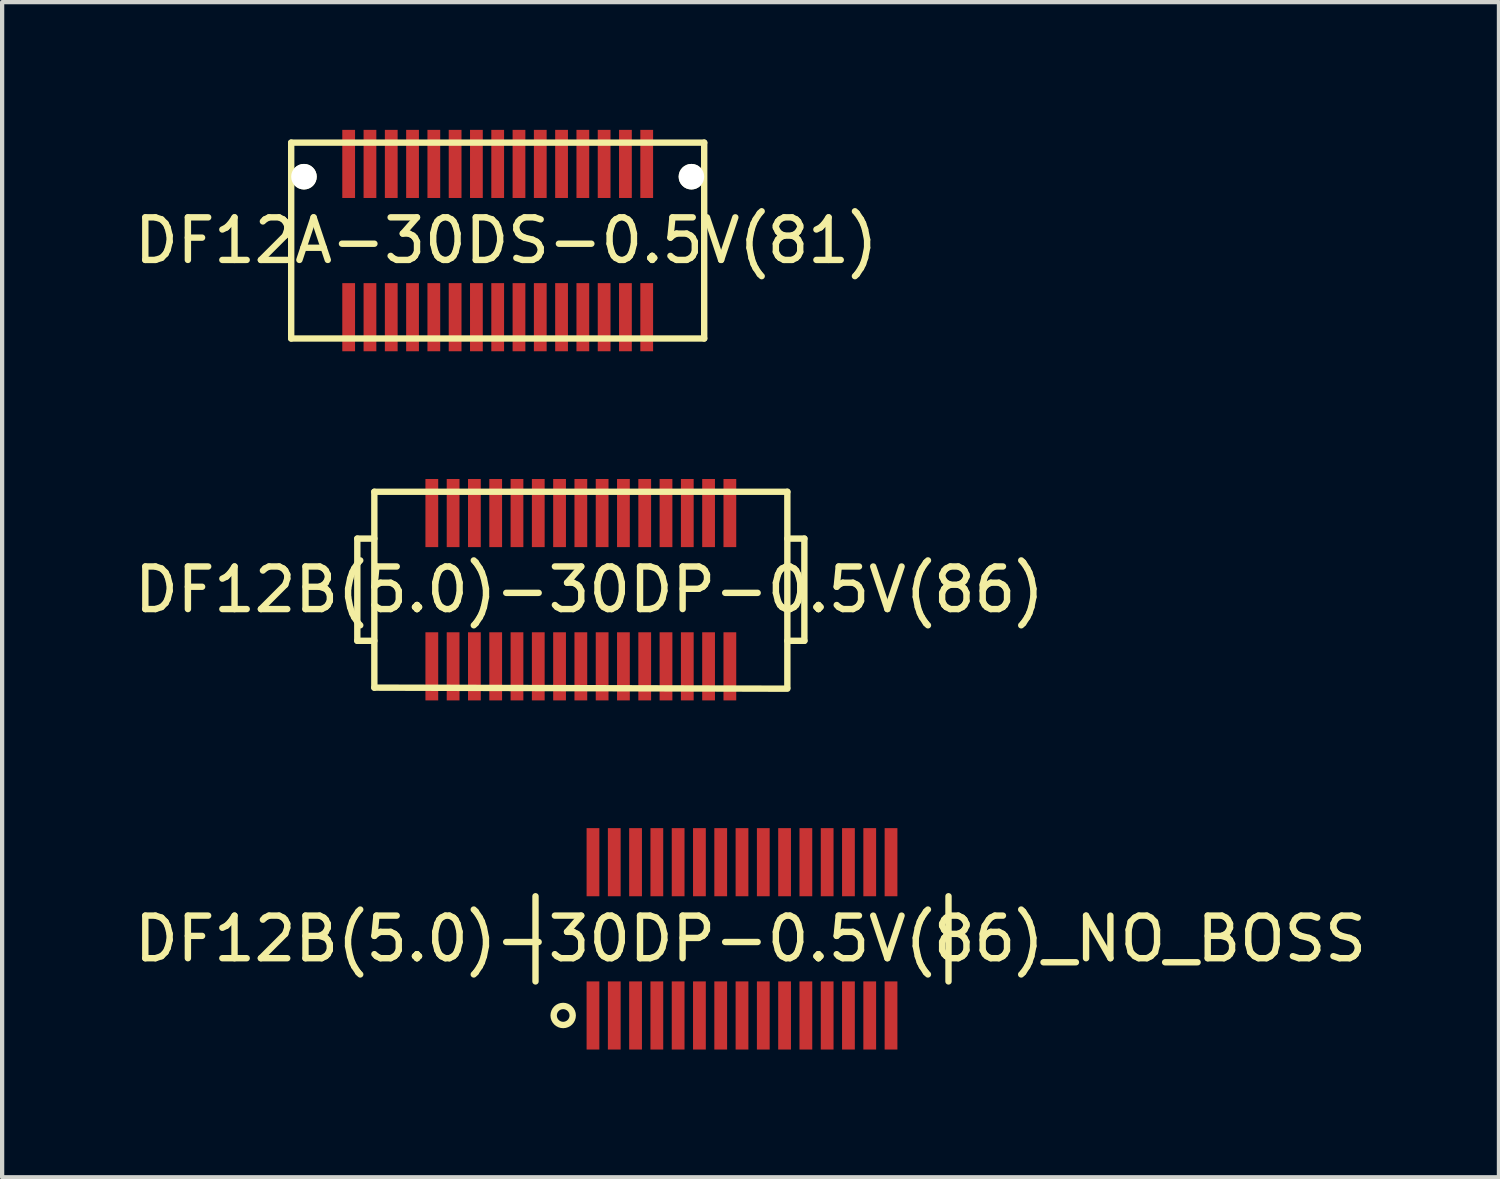
<source format=kicad_pcb>
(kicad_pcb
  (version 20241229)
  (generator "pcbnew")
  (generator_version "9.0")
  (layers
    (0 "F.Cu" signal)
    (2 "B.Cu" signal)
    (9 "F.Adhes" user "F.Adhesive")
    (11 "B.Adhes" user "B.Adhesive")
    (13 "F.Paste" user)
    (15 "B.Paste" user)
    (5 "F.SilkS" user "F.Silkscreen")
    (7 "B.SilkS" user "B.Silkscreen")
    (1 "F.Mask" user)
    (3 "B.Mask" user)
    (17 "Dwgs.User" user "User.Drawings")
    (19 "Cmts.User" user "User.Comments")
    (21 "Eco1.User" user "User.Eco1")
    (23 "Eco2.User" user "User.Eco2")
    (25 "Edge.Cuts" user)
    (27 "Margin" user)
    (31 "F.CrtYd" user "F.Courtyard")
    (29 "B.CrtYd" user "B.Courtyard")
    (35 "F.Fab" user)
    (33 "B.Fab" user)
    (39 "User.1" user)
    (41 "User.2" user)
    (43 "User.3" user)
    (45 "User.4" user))
  (footprint "DF12B(5.0)-30DP-0.5V(86)_NO_BOSS"
    (layer "F.Cu")
    (at 14.377 19)
    (property "Reference" "DF12B(5.0)-30DP-0.5V(86)_NO_BOSS" (at 0.2 0 0) (layer "F.SilkS") (effects (font (size 1 1) (thickness 0.15))))
    (attr through_hole)
    (fp_line (start -4.85 -1) (end -4.85 1) (stroke (width 0.15) (type solid)) (layer "F.SilkS"))
    (fp_line (start 4.85 -1) (end 4.85 1) (stroke (width 0.15) (type solid)) (layer "F.SilkS"))
    (fp_circle (center -4.2 1.8) (end -4 1.7) (stroke (width 0.15) (type solid)) (fill no) (layer "F.SilkS"))
    (pad "1" smd rect (at -3.5 1.8) (size 0.3 1.6) (layers "F.Cu" "F.Mask" "F.Paste"))
    (pad "2" smd rect (at -3 1.8) (size 0.3 1.6) (layers "F.Cu" "F.Mask" "F.Paste"))
    (pad "3" smd rect (at -2.5 1.8) (size 0.3 1.6) (layers "F.Cu" "F.Mask" "F.Paste"))
    (pad "4" smd rect (at -2 1.8) (size 0.3 1.6) (layers "F.Cu" "F.Mask" "F.Paste"))
    (pad "5" smd rect (at -1.5 1.8) (size 0.3 1.6) (layers "F.Cu" "F.Mask" "F.Paste"))
    (pad "6" smd rect (at -1 1.8) (size 0.3 1.6) (layers "F.Cu" "F.Mask" "F.Paste"))
    (pad "7" smd rect (at -0.5 1.8) (size 0.3 1.6) (layers "F.Cu" "F.Mask" "F.Paste"))
    (pad "8" smd rect (at 0 1.8) (size 0.3 1.6) (layers "F.Cu" "F.Mask" "F.Paste"))
    (pad "9" smd rect (at 0.5 1.8) (size 0.3 1.6) (layers "F.Cu" "F.Mask" "F.Paste"))
    (pad "10" smd rect (at 1 1.8) (size 0.3 1.6) (layers "F.Cu" "F.Mask" "F.Paste"))
    (pad "11" smd rect (at 1.5 1.8) (size 0.3 1.6) (layers "F.Cu" "F.Mask" "F.Paste"))
    (pad "12" smd rect (at 2 1.8) (size 0.3 1.6) (layers "F.Cu" "F.Mask" "F.Paste"))
    (pad "13" smd rect (at 2.5 1.8) (size 0.3 1.6) (layers "F.Cu" "F.Mask" "F.Paste"))
    (pad "14" smd rect (at 3 1.8) (size 0.3 1.6) (layers "F.Cu" "F.Mask" "F.Paste"))
    (pad "15" smd rect (at 3.5 1.8) (size 0.3 1.6) (layers "F.Cu" "F.Mask" "F.Paste"))
    (pad "16" smd rect (at 3.5 -1.8) (size 0.3 1.6) (layers "F.Cu" "F.Mask" "F.Paste"))
    (pad "17" smd rect (at 3 -1.8) (size 0.3 1.6) (layers "F.Cu" "F.Mask" "F.Paste"))
    (pad "18" smd rect (at 2.5 -1.8) (size 0.3 1.6) (layers "F.Cu" "F.Mask" "F.Paste"))
    (pad "19" smd rect (at 2 -1.8) (size 0.3 1.6) (layers "F.Cu" "F.Mask" "F.Paste"))
    (pad "20" smd rect (at 1.5 -1.8) (size 0.3 1.6) (layers "F.Cu" "F.Mask" "F.Paste"))
    (pad "21" smd rect (at 1 -1.8) (size 0.3 1.6) (layers "F.Cu" "F.Mask" "F.Paste"))
    (pad "22" smd rect (at 0.5 -1.8) (size 0.3 1.6) (layers "F.Cu" "F.Mask" "F.Paste"))
    (pad "23" smd rect (at 0 -1.8) (size 0.3 1.6) (layers "F.Cu" "F.Mask" "F.Paste"))
    (pad "24" smd rect (at -0.5 -1.8) (size 0.3 1.6) (layers "F.Cu" "F.Mask" "F.Paste"))
    (pad "25" smd rect (at -1 -1.8) (size 0.3 1.6) (layers "F.Cu" "F.Mask" "F.Paste"))
    (pad "26" smd rect (at -1.5 -1.8) (size 0.3 1.6) (layers "F.Cu" "F.Mask" "F.Paste"))
    (pad "27" smd rect (at -2 -1.8) (size 0.3 1.6) (layers "F.Cu" "F.Mask" "F.Paste"))
    (pad "28" smd rect (at -2.5 -1.8) (size 0.3 1.6) (layers "F.Cu" "F.Mask" "F.Paste"))
    (pad "29" smd rect (at -3 -1.8) (size 0.3 1.6) (layers "F.Cu" "F.Mask" "F.Paste"))
    (pad "30" smd rect (at -3.5 -1.8) (size 0.3 1.6) (layers "F.Cu" "F.Mask" "F.Paste")))
  (footprint "DF12B(5.0)-30DP-0.5V(86)"
    (layer "F.Cu")
    (at 10.592 10.8)
    (property "Reference" "DF12B(5.0)-30DP-0.5V(86)" (at 0.2 0 0) (layer "F.SilkS") (effects (font (size 1 1) (thickness 0.15))))
    (attr through_hole)
    (fp_line (start -5.25 -1.2) (end -5.25 1.2) (stroke (width 0.15) (type solid)) (layer "F.SilkS"))
    (fp_line (start -5.25 -1.2) (end -4.85 -1.2) (stroke (width 0.15) (type solid)) (layer "F.SilkS"))
    (fp_line (start -5.25 1.2) (end -4.85 1.2) (stroke (width 0.15) (type solid)) (layer "F.SilkS"))
    (fp_line (start -4.85 -2.3) (end -4.85 2.3) (stroke (width 0.15) (type solid)) (layer "F.SilkS"))
    (fp_line (start -4.85 -2.3) (end 4.85 -2.3) (stroke (width 0.15) (type solid)) (layer "F.SilkS"))
    (fp_line (start 4.85 -2.3) (end 4.85 2.3) (stroke (width 0.15) (type solid)) (layer "F.SilkS"))
    (fp_line (start 4.85 2.325) (end -4.85 2.3) (stroke (width 0.15) (type solid)) (layer "F.SilkS"))
    (fp_line (start 5.25 -1.2) (end 4.85 -1.2) (stroke (width 0.15) (type solid)) (layer "F.SilkS"))
    (fp_line (start 5.25 -1.2) (end 5.25 1.2) (stroke (width 0.15) (type solid)) (layer "F.SilkS"))
    (fp_line (start 5.25 1.2) (end 4.85 1.2) (stroke (width 0.15) (type solid)) (layer "F.SilkS"))
    (pad "1" smd rect (at -3.5 1.8) (size 0.3 1.6) (layers "F.Cu" "F.Mask" "F.Paste"))
    (pad "2" smd rect (at -3 1.8) (size 0.3 1.6) (layers "F.Cu" "F.Mask" "F.Paste"))
    (pad "3" smd rect (at -2.5 1.8) (size 0.3 1.6) (layers "F.Cu" "F.Mask" "F.Paste"))
    (pad "4" smd rect (at -2 1.8) (size 0.3 1.6) (layers "F.Cu" "F.Mask" "F.Paste"))
    (pad "5" smd rect (at -1.5 1.8) (size 0.3 1.6) (layers "F.Cu" "F.Mask" "F.Paste"))
    (pad "6" smd rect (at -1 1.8) (size 0.3 1.6) (layers "F.Cu" "F.Mask" "F.Paste"))
    (pad "7" smd rect (at -0.5 1.8) (size 0.3 1.6) (layers "F.Cu" "F.Mask" "F.Paste"))
    (pad "8" smd rect (at 0 1.8) (size 0.3 1.6) (layers "F.Cu" "F.Mask" "F.Paste"))
    (pad "9" smd rect (at 0.5 1.8) (size 0.3 1.6) (layers "F.Cu" "F.Mask" "F.Paste"))
    (pad "10" smd rect (at 1 1.8) (size 0.3 1.6) (layers "F.Cu" "F.Mask" "F.Paste"))
    (pad "11" smd rect (at 1.5 1.8) (size 0.3 1.6) (layers "F.Cu" "F.Mask" "F.Paste"))
    (pad "12" smd rect (at 2 1.8) (size 0.3 1.6) (layers "F.Cu" "F.Mask" "F.Paste"))
    (pad "13" smd rect (at 2.5 1.8) (size 0.3 1.6) (layers "F.Cu" "F.Mask" "F.Paste"))
    (pad "14" smd rect (at 3 1.8) (size 0.3 1.6) (layers "F.Cu" "F.Mask" "F.Paste"))
    (pad "15" smd rect (at 3.5 1.8) (size 0.3 1.6) (layers "F.Cu" "F.Mask" "F.Paste"))
    (pad "16" smd rect (at 3.5 -1.8) (size 0.3 1.6) (layers "F.Cu" "F.Mask" "F.Paste"))
    (pad "17" smd rect (at 3 -1.8) (size 0.3 1.6) (layers "F.Cu" "F.Mask" "F.Paste"))
    (pad "18" smd rect (at 2.5 -1.8) (size 0.3 1.6) (layers "F.Cu" "F.Mask" "F.Paste"))
    (pad "19" smd rect (at 2 -1.8) (size 0.3 1.6) (layers "F.Cu" "F.Mask" "F.Paste"))
    (pad "20" smd rect (at 1.5 -1.8) (size 0.3 1.6) (layers "F.Cu" "F.Mask" "F.Paste"))
    (pad "21" smd rect (at 1 -1.8) (size 0.3 1.6) (layers "F.Cu" "F.Mask" "F.Paste"))
    (pad "22" smd rect (at 0.5 -1.8) (size 0.3 1.6) (layers "F.Cu" "F.Mask" "F.Paste"))
    (pad "23" smd rect (at 0 -1.8) (size 0.3 1.6) (layers "F.Cu" "F.Mask" "F.Paste"))
    (pad "24" smd rect (at -0.5 -1.8) (size 0.3 1.6) (layers "F.Cu" "F.Mask" "F.Paste"))
    (pad "25" smd rect (at -1 -1.8) (size 0.3 1.6) (layers "F.Cu" "F.Mask" "F.Paste"))
    (pad "26" smd rect (at -1.5 -1.8) (size 0.3 1.6) (layers "F.Cu" "F.Mask" "F.Paste"))
    (pad "27" smd rect (at -2 -1.8) (size 0.3 1.6) (layers "F.Cu" "F.Mask" "F.Paste"))
    (pad "28" smd rect (at -2.5 -1.8) (size 0.3 1.6) (layers "F.Cu" "F.Mask" "F.Paste"))
    (pad "29" smd rect (at -3 -1.8) (size 0.3 1.6) (layers "F.Cu" "F.Mask" "F.Paste"))
    (pad "30" smd rect (at -3.5 -1.8) (size 0.3 1.6) (layers "F.Cu" "F.Mask" "F.Paste")))
  (footprint "DF12A-30DS-0.5V(81)"
    (layer "F.Cu")
    (at 8.639 2.6)
    (property "Reference" "DF12A-30DS-0.5V(81)" (at 0.2 0 0) (layer "F.SilkS") (effects (font (size 1 1) (thickness 0.15))))
    (attr through_hole)
    (fp_line (start -4.85 -2.3) (end -4.85 2.3) (stroke (width 0.15) (type solid)) (layer "F.SilkS"))
    (fp_line (start -4.85 -2.3) (end 4.85 -2.3) (stroke (width 0.15) (type solid)) (layer "F.SilkS"))
    (fp_line (start -4.85 2.3) (end 4.85 2.3) (stroke (width 0.15) (type solid)) (layer "F.SilkS"))
    (fp_line (start 4.85 -2.3) (end 4.85 2.3) (stroke (width 0.15) (type solid)) (layer "F.SilkS"))
    (pad "" np_thru_hole circle (at -4.55 -1.5) (size 0.6 0.6) (drill 0.6) (layers "*.Cu" "*.Mask" "F.SilkS"))
    (pad "" np_thru_hole circle (at 4.55 -1.5) (size 0.6 0.6) (drill 0.6) (layers "*.Cu" "*.Mask" "F.SilkS"))
    (pad "1" smd rect (at -3.5 1.8) (size 0.3 1.6) (layers "F.Cu" "F.Mask" "F.Paste"))
    (pad "2" smd rect (at -3 1.8) (size 0.3 1.6) (layers "F.Cu" "F.Mask" "F.Paste"))
    (pad "3" smd rect (at -2.5 1.8) (size 0.3 1.6) (layers "F.Cu" "F.Mask" "F.Paste"))
    (pad "4" smd rect (at -2 1.8) (size 0.3 1.6) (layers "F.Cu" "F.Mask" "F.Paste"))
    (pad "5" smd rect (at -1.5 1.8) (size 0.3 1.6) (layers "F.Cu" "F.Mask" "F.Paste"))
    (pad "6" smd rect (at -1 1.8) (size 0.3 1.6) (layers "F.Cu" "F.Mask" "F.Paste"))
    (pad "7" smd rect (at -0.5 1.8) (size 0.3 1.6) (layers "F.Cu" "F.Mask" "F.Paste"))
    (pad "8" smd rect (at 0 1.8) (size 0.3 1.6) (layers "F.Cu" "F.Mask" "F.Paste"))
    (pad "9" smd rect (at 0.5 1.8) (size 0.3 1.6) (layers "F.Cu" "F.Mask" "F.Paste"))
    (pad "10" smd rect (at 1 1.8) (size 0.3 1.6) (layers "F.Cu" "F.Mask" "F.Paste"))
    (pad "11" smd rect (at 1.5 1.8) (size 0.3 1.6) (layers "F.Cu" "F.Mask" "F.Paste"))
    (pad "12" smd rect (at 2 1.8) (size 0.3 1.6) (layers "F.Cu" "F.Mask" "F.Paste"))
    (pad "13" smd rect (at 2.5 1.8) (size 0.3 1.6) (layers "F.Cu" "F.Mask" "F.Paste"))
    (pad "14" smd rect (at 3 1.8) (size 0.3 1.6) (layers "F.Cu" "F.Mask" "F.Paste"))
    (pad "15" smd rect (at 3.5 1.8) (size 0.3 1.6) (layers "F.Cu" "F.Mask" "F.Paste"))
    (pad "16" smd rect (at 3.5 -1.8) (size 0.3 1.6) (layers "F.Cu" "F.Mask" "F.Paste"))
    (pad "17" smd rect (at 3 -1.8) (size 0.3 1.6) (layers "F.Cu" "F.Mask" "F.Paste"))
    (pad "18" smd rect (at 2.5 -1.8) (size 0.3 1.6) (layers "F.Cu" "F.Mask" "F.Paste"))
    (pad "19" smd rect (at 2 -1.8) (size 0.3 1.6) (layers "F.Cu" "F.Mask" "F.Paste"))
    (pad "20" smd rect (at 1.5 -1.8) (size 0.3 1.6) (layers "F.Cu" "F.Mask" "F.Paste"))
    (pad "21" smd rect (at 1 -1.8) (size 0.3 1.6) (layers "F.Cu" "F.Mask" "F.Paste"))
    (pad "22" smd rect (at 0.5 -1.8) (size 0.3 1.6) (layers "F.Cu" "F.Mask" "F.Paste"))
    (pad "23" smd rect (at 0 -1.8) (size 0.3 1.6) (layers "F.Cu" "F.Mask" "F.Paste"))
    (pad "24" smd rect (at -0.5 -1.8) (size 0.3 1.6) (layers "F.Cu" "F.Mask" "F.Paste"))
    (pad "25" smd rect (at -1 -1.8) (size 0.3 1.6) (layers "F.Cu" "F.Mask" "F.Paste"))
    (pad "26" smd rect (at -1.5 -1.8) (size 0.3 1.6) (layers "F.Cu" "F.Mask" "F.Paste"))
    (pad "27" smd rect (at -2 -1.8) (size 0.3 1.6) (layers "F.Cu" "F.Mask" "F.Paste"))
    (pad "28" smd rect (at -2.5 -1.8) (size 0.3 1.6) (layers "F.Cu" "F.Mask" "F.Paste"))
    (pad "29" smd rect (at -3 -1.8) (size 0.3 1.6) (layers "F.Cu" "F.Mask" "F.Paste"))
    (pad "30" smd rect (at -3.5 -1.8) (size 0.3 1.6) (layers "F.Cu" "F.Mask" "F.Paste")))
  (gr_rect
    (start -3 -3)
    (end 32.155 24.6)
    (stroke (width 0.1) (type default))
    (fill no)
    (layer "Edge.Cuts")))
</source>
